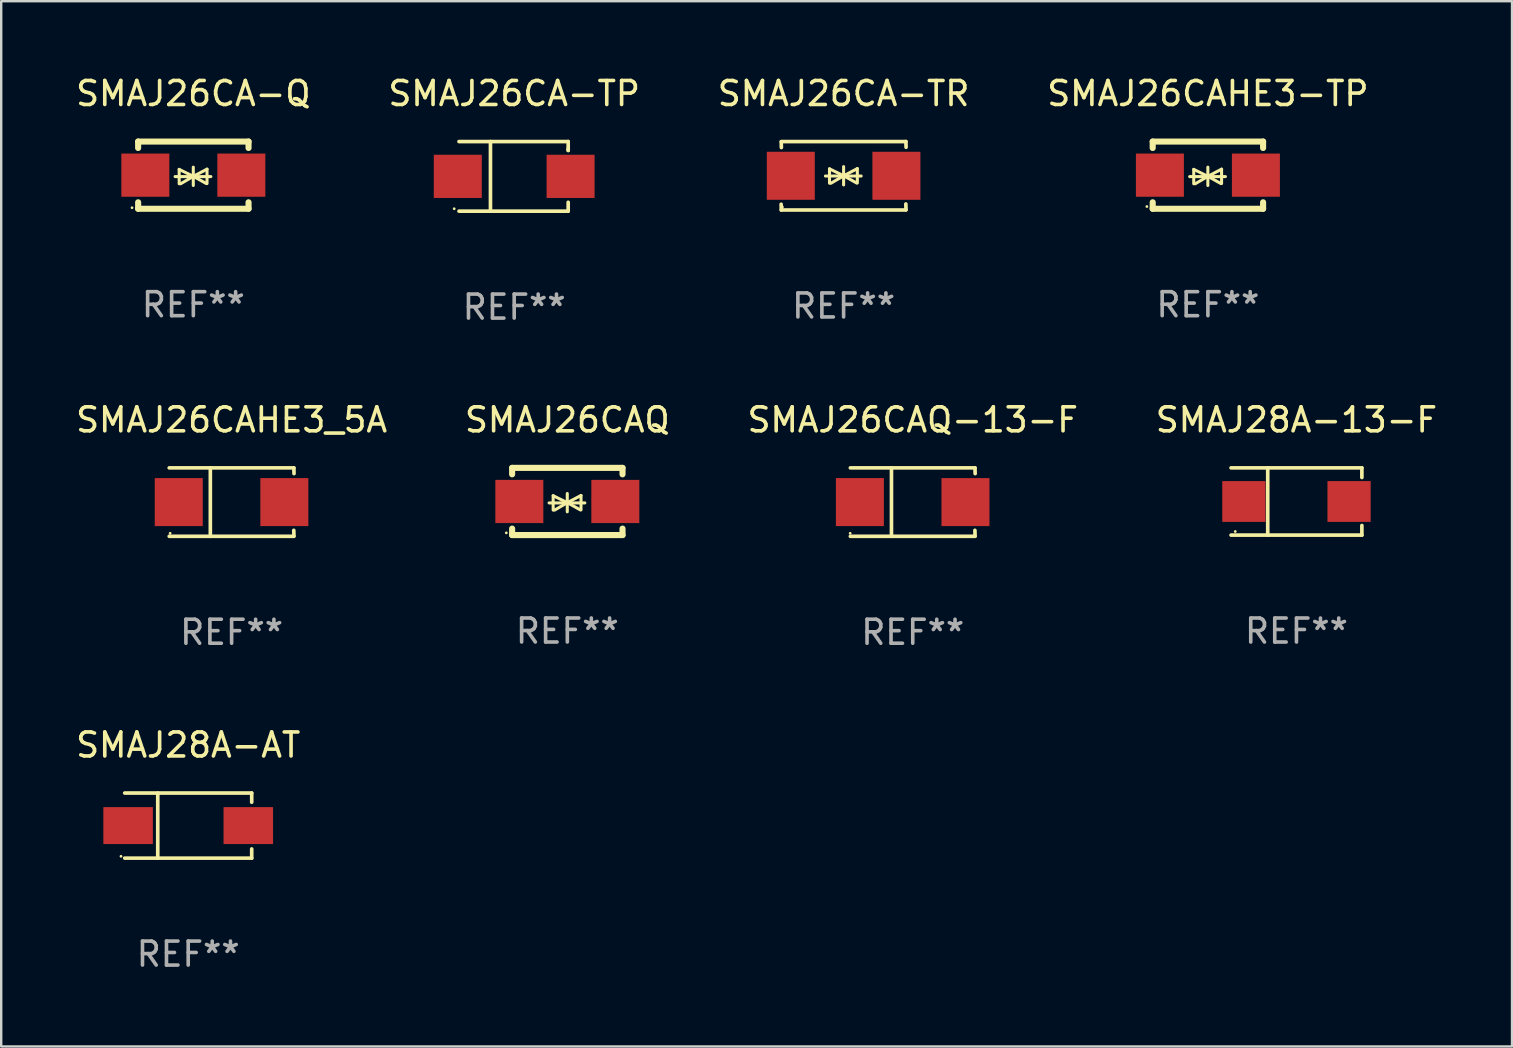
<source format=kicad_pcb>
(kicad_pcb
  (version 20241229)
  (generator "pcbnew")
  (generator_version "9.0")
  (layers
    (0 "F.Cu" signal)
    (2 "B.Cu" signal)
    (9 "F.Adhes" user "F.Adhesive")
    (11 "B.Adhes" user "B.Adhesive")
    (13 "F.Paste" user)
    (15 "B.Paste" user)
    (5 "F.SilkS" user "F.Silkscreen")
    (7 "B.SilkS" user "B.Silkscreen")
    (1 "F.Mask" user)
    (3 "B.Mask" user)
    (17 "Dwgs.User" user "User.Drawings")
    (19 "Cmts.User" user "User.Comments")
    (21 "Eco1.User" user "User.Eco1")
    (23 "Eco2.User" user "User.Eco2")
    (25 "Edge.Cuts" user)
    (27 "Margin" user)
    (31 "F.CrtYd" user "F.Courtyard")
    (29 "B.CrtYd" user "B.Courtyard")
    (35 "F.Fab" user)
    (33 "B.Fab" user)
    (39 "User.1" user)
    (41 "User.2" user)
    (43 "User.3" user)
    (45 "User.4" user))
  (footprint "SMAJ26CA-TR"
    (layer "F.Cu")
    (at 32.101 4.274)
    (property "Reference" "SMAJ26CA-TR" (at 0 -3.426 0) (layer "F.SilkS") (effects (font (size 1 1) (thickness 0.15))))
    (attr through_hole)
    (fp_line (start -2.596 -1.426) (end 2.596 -1.426) (stroke (width 0.152) (type solid)) (layer "F.SilkS"))
    (fp_line (start -2.596 1.426) (end -2.603 1.187) (stroke (width 0.152) (type solid)) (layer "F.SilkS"))
    (fp_line (start -2.596 1.426) (end 2.596 1.426) (stroke (width 0.152) (type solid)) (layer "F.SilkS"))
    (fp_line (start -2.593 -1.176) (end -2.6 -1.415) (stroke (width 0.152) (type solid)) (layer "F.SilkS"))
    (fp_line (start -0.758 0.011) (end 0.732 0.011) (stroke (width 0.127) (type solid)) (layer "F.SilkS"))
    (fp_line (start -0.588 -0.289) (end -0.588 0.311) (stroke (width 0.127) (type solid)) (layer "F.SilkS"))
    (fp_line (start -0.588 -0.289) (end 0 0) (stroke (width 0.127) (type solid)) (layer "F.SilkS"))
    (fp_line (start -0.528 0.311) (end 0 0) (stroke (width 0.127) (type solid)) (layer "F.SilkS"))
    (fp_line (start 0 0) (end 0 -0.381) (stroke (width 0.127) (type solid)) (layer "F.SilkS"))
    (fp_line (start 0 0) (end 0 0.381) (stroke (width 0.127) (type solid)) (layer "F.SilkS"))
    (fp_line (start 0.542 0.301) (end 0 0) (stroke (width 0.127) (type solid)) (layer "F.SilkS"))
    (fp_line (start 0.572 -0.299) (end 0 0) (stroke (width 0.127) (type solid)) (layer "F.SilkS"))
    (fp_line (start 0.572 -0.299) (end 0.572 0.301) (stroke (width 0.127) (type solid)) (layer "F.SilkS"))
    (fp_line (start 2.593 1.176) (end 2.6 1.415) (stroke (width 0.152) (type solid)) (layer "F.SilkS"))
    (fp_line (start 2.596 -1.426) (end 2.603 -1.187) (stroke (width 0.152) (type solid)) (layer "F.SilkS"))
    (fp_circle (center -2.55 1.3) (end -2.52 1.3) (stroke (width 0.06) (type solid)) (fill no) (layer "F.SilkS"))
    (fp_text user "REF**" (at 0 5.426 0) (layer "F.Fab") (effects (font (size 1 1) (thickness 0.15))))
    (pad "1" smd rect (at -2.2 0 180) (size 2 2) (layers "F.Cu" "F.Mask" "F.Paste"))
    (pad "2" smd rect (at 2.2 0 180) (size 2 2) (layers "F.Cu" "F.Mask" "F.Paste")))
  (footprint "SMAJ26CAHE3_5A"
    (layer "F.Cu")
    (at 6.601 17.871)
    (property "Reference" "SMAJ26CAHE3_5A" (at 0 -3.426 0) (layer "F.SilkS") (effects (font (size 1 1) (thickness 0.15))))
    (attr through_hole)
    (fp_line (start -2.6 -1.426) (end 2.593 -1.426) (stroke (width 0.152) (type solid)) (layer "F.SilkS"))
    (fp_line (start -2.6 1.426) (end 2.593 1.426) (stroke (width 0.152) (type solid)) (layer "F.SilkS"))
    (fp_line (start -0.887 -1.426) (end -0.887 1.426) (stroke (width 0.152) (type solid)) (layer "F.SilkS"))
    (fp_line (start 2.59 1.176) (end 2.597 1.415) (stroke (width 0.152) (type solid)) (layer "F.SilkS"))
    (fp_line (start 2.593 -1.426) (end 2.6 -1.187) (stroke (width 0.152) (type solid)) (layer "F.SilkS"))
    (fp_circle (center -2.563 1.3) (end -2.533 1.3) (stroke (width 0.06) (type solid)) (fill no) (layer "F.SilkS"))
    (fp_text user "REF**" (at 0 5.426 0) (layer "F.Fab") (effects (font (size 1 1) (thickness 0.15))))
    (pad "1" smd rect (at -2.203 -0.000025 180) (size 2 2) (layers "F.Cu" "F.Mask" "F.Paste"))
    (pad "2" smd rect (at 2.197 -0.000025 180) (size 2 2) (layers "F.Cu" "F.Mask" "F.Paste")))
  (footprint "SMAJ28A-AT"
    (layer "F.Cu")
    (at 4.792 31.35)
    (property "Reference" "SMAJ28A-AT" (at 0 -3.356 0) (layer "F.SilkS") (effects (font (size 1 1) (thickness 0.15))))
    (attr through_hole)
    (fp_line (start -2.646 -1.356) (end 2.646 -1.356) (stroke (width 0.152) (type solid)) (layer "F.SilkS"))
    (fp_line (start -2.646 1.356) (end 2.646 1.356) (stroke (width 0.152) (type solid)) (layer "F.SilkS"))
    (fp_line (start -1.269 -1.356) (end -1.269 1.356) (stroke (width 0.152) (type solid)) (layer "F.SilkS"))
    (fp_line (start 2.646 -1.356) (end 2.646 -0.973) (stroke (width 0.152) (type solid)) (layer "F.SilkS"))
    (fp_line (start 2.646 1.356) (end 2.646 0.973) (stroke (width 0.152) (type solid)) (layer "F.SilkS"))
    (fp_circle (center -2.8 1.28) (end -2.77 1.28) (stroke (width 0.06) (type solid)) (fill no) (layer "F.SilkS"))
    (fp_text user "REF**" (at 0 5.356 0) (layer "F.Fab") (effects (font (size 1 1) (thickness 0.15))))
    (pad "1" smd rect (at 2.504 0) (size 2.063 1.539) (layers "F.Cu" "F.Mask" "F.Paste"))
    (pad "2" smd rect (at -2.504 0) (size 2.063 1.539) (layers "F.Cu" "F.Mask" "F.Paste")))
  (footprint "SMAJ26CAQ-13-F"
    (layer "F.Cu")
    (at 34.982 17.871)
    (property "Reference" "SMAJ26CAQ-13-F" (at 0 -3.426 0) (layer "F.SilkS") (effects (font (size 1 1) (thickness 0.15))))
    (attr through_hole)
    (fp_line (start -2.6 -1.426) (end 2.593 -1.426) (stroke (width 0.152) (type solid)) (layer "F.SilkS"))
    (fp_line (start -2.6 1.426) (end 2.593 1.426) (stroke (width 0.152) (type solid)) (layer "F.SilkS"))
    (fp_line (start -0.887 -1.426) (end -0.887 1.426) (stroke (width 0.152) (type solid)) (layer "F.SilkS"))
    (fp_line (start 2.59 1.176) (end 2.597 1.415) (stroke (width 0.152) (type solid)) (layer "F.SilkS"))
    (fp_line (start 2.593 -1.426) (end 2.6 -1.187) (stroke (width 0.152) (type solid)) (layer "F.SilkS"))
    (fp_circle (center -2.608 1.3) (end -2.578 1.3) (stroke (width 0.06) (type solid)) (fill no) (layer "F.SilkS"))
    (fp_text user "REF**" (at 0 5.426 0) (layer "F.Fab") (effects (font (size 1 1) (thickness 0.15))))
    (pad "1" smd rect (at -2.203 0 180) (size 2 2) (layers "F.Cu" "F.Mask" "F.Paste"))
    (pad "2" smd rect (at 2.197 0 180) (size 2 2) (layers "F.Cu" "F.Mask" "F.Paste")))
  (footprint "SMAJ28A-13-F"
    (layer "F.Cu")
    (at 50.97 17.846)
    (property "Reference" "SMAJ28A-13-F" (at 0 -3.401 0) (layer "F.SilkS") (effects (font (size 1 1) (thickness 0.15))))
    (attr through_hole)
    (fp_line (start -2.726 -1.401) (end 2.726 -1.401) (stroke (width 0.152) (type solid)) (layer "F.SilkS"))
    (fp_line (start -2.726 1.401) (end 2.726 1.401) (stroke (width 0.152) (type solid)) (layer "F.SilkS"))
    (fp_line (start -1.197 -1.401) (end -1.197 1.401) (stroke (width 0.152) (type solid)) (layer "F.SilkS"))
    (fp_line (start 2.726 -1.401) (end 2.726 -1) (stroke (width 0.152) (type solid)) (layer "F.SilkS"))
    (fp_line (start 2.726 1.401) (end 2.726 1) (stroke (width 0.152) (type solid)) (layer "F.SilkS"))
    (fp_circle (center -2.55 1.25) (end -2.52 1.25) (stroke (width 0.06) (type solid)) (fill no) (layer "F.SilkS"))
    (fp_text user "REF**" (at 0 5.401 0) (layer "F.Fab") (effects (font (size 1 1) (thickness 0.15))))
    (pad "1" smd rect (at -2.192 0) (size 1.8 1.7) (layers "F.Cu" "F.Mask" "F.Paste"))
    (pad "2" smd rect (at 2.192 0) (size 1.8 1.7) (layers "F.Cu" "F.Mask" "F.Paste")))
  (footprint "SMAJ26CA-TP"
    (layer "F.Cu")
    (at 18.375 4.298)
    (property "Reference" "SMAJ26CA-TP" (at 0 -3.45 0) (layer "F.SilkS") (effects (font (size 1 1) (thickness 0.15))))
    (attr through_hole)
    (fp_line (start -2.3 -1.45) (end 2.25 -1.45) (stroke (width 0.152) (type solid)) (layer "F.SilkS"))
    (fp_line (start -0.989 -1.45) (end -0.989 1.45) (stroke (width 0.152) (type solid)) (layer "F.SilkS"))
    (fp_line (start 2.25 -1.45) (end 2.25 -1.08) (stroke (width 0.152) (type solid)) (layer "F.SilkS"))
    (fp_line (start 2.25 -1.08) (end 2.25 -1.142) (stroke (width 0.152) (type solid)) (layer "F.SilkS"))
    (fp_line (start 2.25 1.45) (end -2.3 1.45) (stroke (width 0.152) (type solid)) (layer "F.SilkS"))
    (fp_line (start 2.25 1.45) (end 2.25 1.08) (stroke (width 0.152) (type solid)) (layer "F.SilkS"))
    (fp_circle (center -2.5 1.35) (end -2.47 1.35) (stroke (width 0.06) (type solid)) (fill no) (layer "F.SilkS"))
    (fp_text user "REF**" (at 0 5.45 0) (layer "F.Fab") (effects (font (size 1 1) (thickness 0.15))))
    (pad "1" smd rect (at -2.35 0.000025) (size 2 1.8) (layers "F.Cu" "F.Mask" "F.Paste"))
    (pad "2" smd rect (at 2.35 0.000025) (size 2 1.8) (layers "F.Cu" "F.Mask" "F.Paste")))
  (footprint "SMAJ26CAQ"
    (layer "F.Cu")
    (at 20.589 17.845)
    (property "Reference" "SMAJ26CAQ" (at 0 -3.4 0) (layer "F.SilkS") (effects (font (size 1 1) (thickness 0.15))))
    (attr through_hole)
    (fp_line (start -2.3 -1.4) (end -2.3 -1.131) (stroke (width 0.254) (type solid)) (layer "F.SilkS"))
    (fp_line (start -2.3 -1.4) (end 2.3 -1.4) (stroke (width 0.254) (type solid)) (layer "F.SilkS"))
    (fp_line (start -2.3 1.131) (end -2.3 1.4) (stroke (width 0.254) (type solid)) (layer "F.SilkS"))
    (fp_line (start -2.3 1.4) (end 2.3 1.4) (stroke (width 0.254) (type solid)) (layer "F.SilkS"))
    (fp_line (start -0.76 0.06) (end 0.73 0.06) (stroke (width 0.127) (type solid)) (layer "F.SilkS"))
    (fp_line (start -0.59 -0.24) (end -0.59 0.36) (stroke (width 0.127) (type solid)) (layer "F.SilkS"))
    (fp_line (start -0.59 -0.24) (end -0.002 0.049) (stroke (width 0.127) (type solid)) (layer "F.SilkS"))
    (fp_line (start -0.53 0.36) (end -0.002 0.049) (stroke (width 0.127) (type solid)) (layer "F.SilkS"))
    (fp_line (start -0.002 0.049) (end -0.002 -0.332) (stroke (width 0.127) (type solid)) (layer "F.SilkS"))
    (fp_line (start -0.002 0.049) (end -0.002 0.43) (stroke (width 0.127) (type solid)) (layer "F.SilkS"))
    (fp_line (start 0.54 0.35) (end -0.002 0.049) (stroke (width 0.127) (type solid)) (layer "F.SilkS"))
    (fp_line (start 0.57 -0.25) (end -0.002 0.049) (stroke (width 0.127) (type solid)) (layer "F.SilkS"))
    (fp_line (start 0.57 -0.25) (end 0.57 0.35) (stroke (width 0.127) (type solid)) (layer "F.SilkS"))
    (fp_line (start 2.3 -1.4) (end 2.3 -1.131) (stroke (width 0.254) (type solid)) (layer "F.SilkS"))
    (fp_line (start 2.3 1.131) (end 2.3 1.4) (stroke (width 0.254) (type solid)) (layer "F.SilkS"))
    (fp_circle (center -2.542 1.308) (end -2.512 1.308) (stroke (width 0.06) (type solid)) (fill no) (layer "F.SilkS"))
    (fp_text user "REF**" (at 0 5.4 0) (layer "F.Fab") (effects (font (size 1 1) (thickness 0.15))))
    (pad "1" smd rect (at -2 0) (size 2 1.8) (layers "F.Cu" "F.Mask" "F.Paste"))
    (pad "2" smd rect (at 2 0) (size 2 1.8) (layers "F.Cu" "F.Mask" "F.Paste")))
  (footprint "SMAJ26CAHE3-TP"
    (layer "F.Cu")
    (at 47.28 4.248)
    (property "Reference" "SMAJ26CAHE3-TP" (at 0 -3.4 0) (layer "F.SilkS") (effects (font (size 1 1) (thickness 0.15))))
    (attr through_hole)
    (fp_line (start -2.3 -1.4) (end -2.3 -1.131) (stroke (width 0.254) (type solid)) (layer "F.SilkS"))
    (fp_line (start -2.3 -1.4) (end 2.3 -1.4) (stroke (width 0.254) (type solid)) (layer "F.SilkS"))
    (fp_line (start -2.3 1.131) (end -2.3 1.4) (stroke (width 0.254) (type solid)) (layer "F.SilkS"))
    (fp_line (start -2.3 1.4) (end 2.3 1.4) (stroke (width 0.254) (type solid)) (layer "F.SilkS"))
    (fp_line (start -0.76 0.06) (end 0.73 0.06) (stroke (width 0.127) (type solid)) (layer "F.SilkS"))
    (fp_line (start -0.59 -0.24) (end -0.59 0.36) (stroke (width 0.127) (type solid)) (layer "F.SilkS"))
    (fp_line (start -0.59 -0.24) (end -0.002 0.049) (stroke (width 0.127) (type solid)) (layer "F.SilkS"))
    (fp_line (start -0.53 0.36) (end -0.002 0.049) (stroke (width 0.127) (type solid)) (layer "F.SilkS"))
    (fp_line (start -0.002 0.049) (end -0.002 -0.332) (stroke (width 0.127) (type solid)) (layer "F.SilkS"))
    (fp_line (start -0.002 0.049) (end -0.002 0.43) (stroke (width 0.127) (type solid)) (layer "F.SilkS"))
    (fp_line (start 0.54 0.35) (end -0.002 0.049) (stroke (width 0.127) (type solid)) (layer "F.SilkS"))
    (fp_line (start 0.57 -0.25) (end -0.002 0.049) (stroke (width 0.127) (type solid)) (layer "F.SilkS"))
    (fp_line (start 0.57 -0.25) (end 0.57 0.35) (stroke (width 0.127) (type solid)) (layer "F.SilkS"))
    (fp_line (start 2.3 -1.4) (end 2.3 -1.131) (stroke (width 0.254) (type solid)) (layer "F.SilkS"))
    (fp_line (start 2.3 1.131) (end 2.3 1.4) (stroke (width 0.254) (type solid)) (layer "F.SilkS"))
    (fp_circle (center -2.542 1.308) (end -2.512 1.308) (stroke (width 0.06) (type solid)) (fill no) (layer "F.SilkS"))
    (fp_text user "REF**" (at 0 5.4 0) (layer "F.Fab") (effects (font (size 1 1) (thickness 0.15))))
    (pad "1" smd rect (at -2 0) (size 2 1.8) (layers "F.Cu" "F.Mask" "F.Paste"))
    (pad "2" smd rect (at 2 0) (size 2 1.8) (layers "F.Cu" "F.Mask" "F.Paste")))
  (footprint "SMAJ26CA-Q"
    (layer "F.Cu")
    (at 5.006 4.248)
    (property "Reference" "SMAJ26CA-Q" (at 0 -3.4 0) (layer "F.SilkS") (effects (font (size 1 1) (thickness 0.15))))
    (attr through_hole)
    (fp_line (start -2.3 -1.4) (end -2.3 -1.131) (stroke (width 0.254) (type solid)) (layer "F.SilkS"))
    (fp_line (start -2.3 -1.4) (end 2.3 -1.4) (stroke (width 0.254) (type solid)) (layer "F.SilkS"))
    (fp_line (start -2.3 1.131) (end -2.3 1.4) (stroke (width 0.254) (type solid)) (layer "F.SilkS"))
    (fp_line (start -2.3 1.4) (end 2.3 1.4) (stroke (width 0.254) (type solid)) (layer "F.SilkS"))
    (fp_line (start -0.76 0.06) (end 0.73 0.06) (stroke (width 0.127) (type solid)) (layer "F.SilkS"))
    (fp_line (start -0.59 -0.24) (end -0.59 0.36) (stroke (width 0.127) (type solid)) (layer "F.SilkS"))
    (fp_line (start -0.59 -0.24) (end -0.002 0.049) (stroke (width 0.127) (type solid)) (layer "F.SilkS"))
    (fp_line (start -0.53 0.36) (end -0.002 0.049) (stroke (width 0.127) (type solid)) (layer "F.SilkS"))
    (fp_line (start -0.002 0.049) (end -0.002 -0.332) (stroke (width 0.127) (type solid)) (layer "F.SilkS"))
    (fp_line (start -0.002 0.049) (end -0.002 0.43) (stroke (width 0.127) (type solid)) (layer "F.SilkS"))
    (fp_line (start 0.54 0.35) (end -0.002 0.049) (stroke (width 0.127) (type solid)) (layer "F.SilkS"))
    (fp_line (start 0.57 -0.25) (end -0.002 0.049) (stroke (width 0.127) (type solid)) (layer "F.SilkS"))
    (fp_line (start 0.57 -0.25) (end 0.57 0.35) (stroke (width 0.127) (type solid)) (layer "F.SilkS"))
    (fp_line (start 2.3 -1.4) (end 2.3 -1.131) (stroke (width 0.254) (type solid)) (layer "F.SilkS"))
    (fp_line (start 2.3 1.131) (end 2.3 1.4) (stroke (width 0.254) (type solid)) (layer "F.SilkS"))
    (fp_circle (center -2.555 1.358) (end -2.525 1.358) (stroke (width 0.06) (type solid)) (fill no) (layer "F.SilkS"))
    (fp_text user "REF**" (at 0 5.4 0) (layer "F.Fab") (effects (font (size 1 1) (thickness 0.15))))
    (pad "1" smd rect (at -2 -0.000025) (size 2 1.8) (layers "F.Cu" "F.Mask" "F.Paste"))
    (pad "2" smd rect (at 2 -0.000025) (size 2 1.8) (layers "F.Cu" "F.Mask" "F.Paste")))
  (gr_rect
    (start -3 -3)
    (end 59.952 40.554)
    (stroke (width 0.1) (type default))
    (fill no)
    (layer "Edge.Cuts")))
</source>
